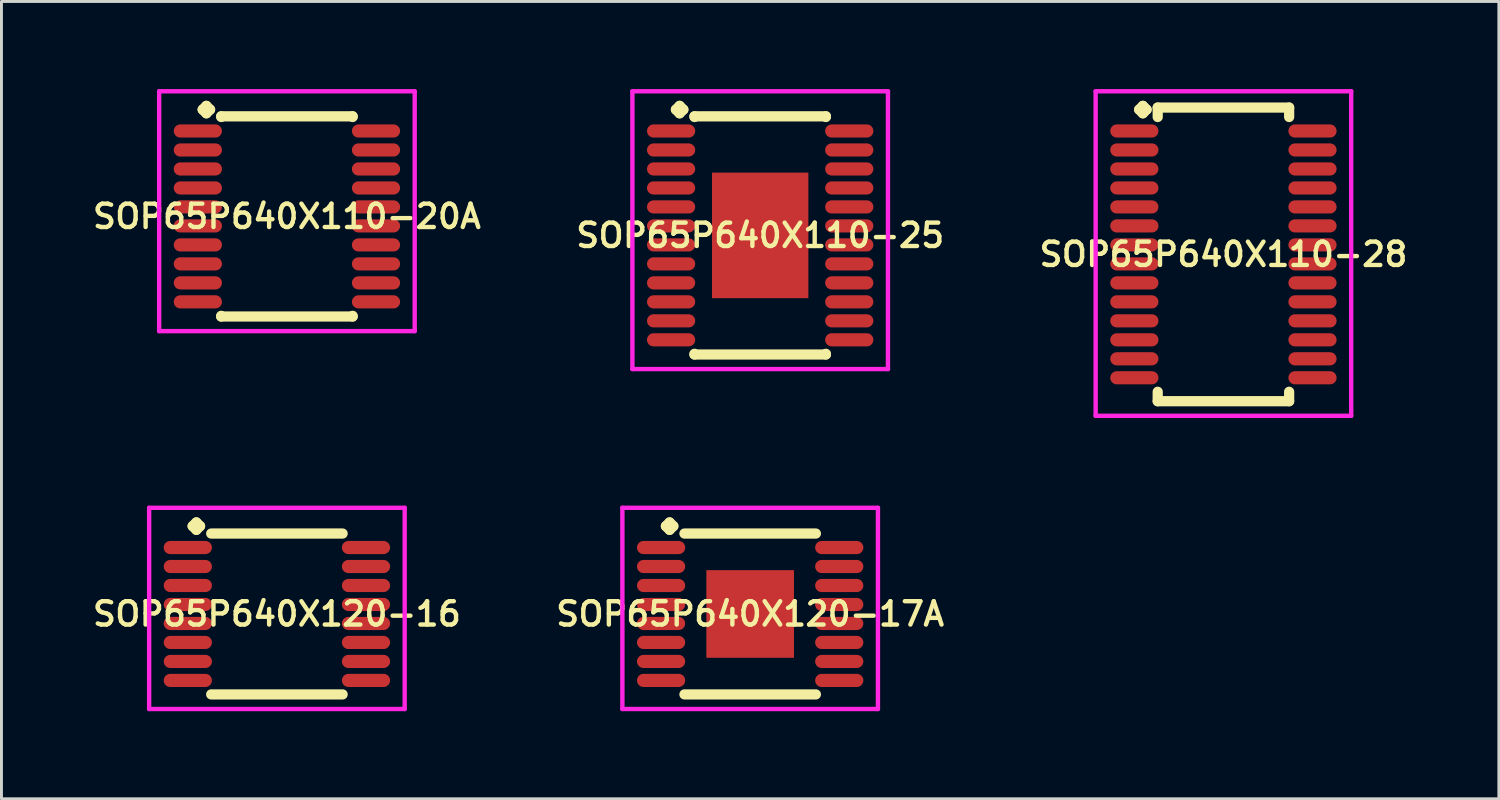
<source format=kicad_pcb>
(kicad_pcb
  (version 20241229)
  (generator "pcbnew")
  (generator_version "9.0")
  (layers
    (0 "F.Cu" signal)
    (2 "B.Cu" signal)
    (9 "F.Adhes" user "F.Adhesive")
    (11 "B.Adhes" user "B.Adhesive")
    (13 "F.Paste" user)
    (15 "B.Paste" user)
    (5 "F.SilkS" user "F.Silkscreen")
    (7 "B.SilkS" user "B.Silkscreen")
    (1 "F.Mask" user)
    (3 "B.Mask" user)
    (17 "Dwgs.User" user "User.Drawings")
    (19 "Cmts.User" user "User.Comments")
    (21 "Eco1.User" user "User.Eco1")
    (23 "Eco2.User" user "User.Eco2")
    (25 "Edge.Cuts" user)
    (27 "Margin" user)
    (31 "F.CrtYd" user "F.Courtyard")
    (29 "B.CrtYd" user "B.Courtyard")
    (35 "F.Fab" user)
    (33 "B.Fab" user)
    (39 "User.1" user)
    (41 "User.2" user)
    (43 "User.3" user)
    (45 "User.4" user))
  (footprint "SOP65P640X110-20A"
    (layer "F.Cu")
    (at 6.774 4.36)
    (property "Reference" "SOP65P640X110-20A" (at 0 0 0) (layer "F.SilkS") (effects (font (size 0.8 0.8) (thickness 0.15))))
    (attr smd)
    (fp_line (start -2.885 -3.658) (end -2.758 -3.785) (stroke (width 0.35) (type solid)) (layer "F.SilkS"))
    (fp_line (start -2.758 -3.785) (end -2.631 -3.658) (stroke (width 0.35) (type solid)) (layer "F.SilkS"))
    (fp_line (start -2.758 -3.531) (end -2.885 -3.658) (stroke (width 0.35) (type solid)) (layer "F.SilkS"))
    (fp_line (start -2.631 -3.658) (end -2.758 -3.531) (stroke (width 0.35) (type solid)) (layer "F.SilkS"))
    (fp_line (start -2.25 -3.427) (end 2.25 -3.427) (stroke (width 0.35) (type solid)) (layer "F.SilkS"))
    (fp_line (start -2.25 -3.404) (end -2.25 -3.427) (stroke (width 0.35) (type solid)) (layer "F.SilkS"))
    (fp_line (start -2.25 3.404) (end -2.25 3.427) (stroke (width 0.35) (type solid)) (layer "F.SilkS"))
    (fp_line (start -2.25 3.427) (end 2.25 3.427) (stroke (width 0.35) (type solid)) (layer "F.SilkS"))
    (fp_line (start 2.25 -3.427) (end 2.25 -3.404) (stroke (width 0.35) (type solid)) (layer "F.SilkS"))
    (fp_line (start 2.25 3.427) (end 2.25 3.404) (stroke (width 0.35) (type solid)) (layer "F.SilkS"))
    (fp_line (start -4.375 -4.285) (end 4.375 -4.285) (stroke (width 0.15) (type solid)) (layer "F.CrtYd"))
    (fp_line (start -4.375 3.927) (end -4.375 -4.285) (stroke (width 0.15) (type solid)) (layer "F.CrtYd"))
    (fp_line (start 4.375 -4.285) (end 4.375 3.927) (stroke (width 0.15) (type solid)) (layer "F.CrtYd"))
    (fp_line (start 4.375 3.927) (end -4.375 3.927) (stroke (width 0.15) (type solid)) (layer "F.CrtYd"))
    (pad "1" smd oval (at -3.05 -2.925) (size 1.65 0.45) (layers "F.Cu" "F.Mask" "F.Paste"))
    (pad "2" smd oval (at -3.05 -2.275) (size 1.65 0.45) (layers "F.Cu" "F.Mask" "F.Paste"))
    (pad "3" smd oval (at -3.05 -1.625) (size 1.65 0.45) (layers "F.Cu" "F.Mask" "F.Paste"))
    (pad "4" smd oval (at -3.05 -0.975) (size 1.65 0.45) (layers "F.Cu" "F.Mask" "F.Paste"))
    (pad "5" smd oval (at -3.05 -0.325) (size 1.65 0.45) (layers "F.Cu" "F.Mask" "F.Paste"))
    (pad "6" smd oval (at -3.05 0.325) (size 1.65 0.45) (layers "F.Cu" "F.Mask" "F.Paste"))
    (pad "7" smd oval (at -3.05 0.975) (size 1.65 0.45) (layers "F.Cu" "F.Mask" "F.Paste"))
    (pad "8" smd oval (at -3.05 1.625) (size 1.65 0.45) (layers "F.Cu" "F.Mask" "F.Paste"))
    (pad "9" smd oval (at -3.05 2.275) (size 1.65 0.45) (layers "F.Cu" "F.Mask" "F.Paste"))
    (pad "10" smd oval (at -3.05 2.925) (size 1.65 0.45) (layers "F.Cu" "F.Mask" "F.Paste"))
    (pad "11" smd oval (at 3.05 2.925) (size 1.65 0.45) (layers "F.Cu" "F.Mask" "F.Paste"))
    (pad "12" smd oval (at 3.05 2.275) (size 1.65 0.45) (layers "F.Cu" "F.Mask" "F.Paste"))
    (pad "13" smd oval (at 3.05 1.625) (size 1.65 0.45) (layers "F.Cu" "F.Mask" "F.Paste"))
    (pad "14" smd oval (at 3.05 0.975) (size 1.65 0.45) (layers "F.Cu" "F.Mask" "F.Paste"))
    (pad "15" smd oval (at 3.05 0.325) (size 1.65 0.45) (layers "F.Cu" "F.Mask" "F.Paste"))
    (pad "16" smd oval (at 3.05 -0.325) (size 1.65 0.45) (layers "F.Cu" "F.Mask" "F.Paste"))
    (pad "17" smd oval (at 3.05 -0.975) (size 1.65 0.45) (layers "F.Cu" "F.Mask" "F.Paste"))
    (pad "18" smd oval (at 3.05 -1.625) (size 1.65 0.45) (layers "F.Cu" "F.Mask" "F.Paste"))
    (pad "19" smd oval (at 3.05 -2.275) (size 1.65 0.45) (layers "F.Cu" "F.Mask" "F.Paste"))
    (pad "20" smd oval (at 3.05 -2.925) (size 1.65 0.45) (layers "F.Cu" "F.Mask" "F.Paste")))
  (footprint "SOP65P640X110-25"
    (layer "F.Cu")
    (at 22.978 5.01)
    (property "Reference" "SOP65P640X110-25" (at 0 0 0) (layer "F.SilkS") (effects (font (size 0.8 0.8) (thickness 0.15))))
    (attr smd)
    (fp_line (start -2.885 -4.308) (end -2.758 -4.435) (stroke (width 0.35) (type solid)) (layer "F.SilkS"))
    (fp_line (start -2.758 -4.435) (end -2.631 -4.308) (stroke (width 0.35) (type solid)) (layer "F.SilkS"))
    (fp_line (start -2.758 -4.181) (end -2.885 -4.308) (stroke (width 0.35) (type solid)) (layer "F.SilkS"))
    (fp_line (start -2.631 -4.308) (end -2.758 -4.181) (stroke (width 0.35) (type solid)) (layer "F.SilkS"))
    (fp_line (start -2.25 -4.077) (end 2.25 -4.077) (stroke (width 0.35) (type solid)) (layer "F.SilkS"))
    (fp_line (start -2.25 -4.054) (end -2.25 -4.077) (stroke (width 0.35) (type solid)) (layer "F.SilkS"))
    (fp_line (start -2.25 4.054) (end -2.25 4.077) (stroke (width 0.35) (type solid)) (layer "F.SilkS"))
    (fp_line (start -2.25 4.077) (end 2.25 4.077) (stroke (width 0.35) (type solid)) (layer "F.SilkS"))
    (fp_line (start 2.25 -4.077) (end 2.25 -4.054) (stroke (width 0.35) (type solid)) (layer "F.SilkS"))
    (fp_line (start 2.25 4.077) (end 2.25 4.054) (stroke (width 0.35) (type solid)) (layer "F.SilkS"))
    (fp_line (start -4.375 -4.935) (end 4.375 -4.935) (stroke (width 0.15) (type solid)) (layer "F.CrtYd"))
    (fp_line (start -4.375 4.577) (end -4.375 -4.935) (stroke (width 0.15) (type solid)) (layer "F.CrtYd"))
    (fp_line (start 4.375 -4.935) (end 4.375 4.577) (stroke (width 0.15) (type solid)) (layer "F.CrtYd"))
    (fp_line (start 4.375 4.577) (end -4.375 4.577) (stroke (width 0.15) (type solid)) (layer "F.CrtYd"))
    (pad "1" smd oval (at -3.05 -3.575) (size 1.65 0.45) (layers "F.Cu" "F.Mask" "F.Paste"))
    (pad "2" smd oval (at -3.05 -2.925) (size 1.65 0.45) (layers "F.Cu" "F.Mask" "F.Paste"))
    (pad "3" smd oval (at -3.05 -2.275) (size 1.65 0.45) (layers "F.Cu" "F.Mask" "F.Paste"))
    (pad "4" smd oval (at -3.05 -1.625) (size 1.65 0.45) (layers "F.Cu" "F.Mask" "F.Paste"))
    (pad "5" smd oval (at -3.05 -0.975) (size 1.65 0.45) (layers "F.Cu" "F.Mask" "F.Paste"))
    (pad "6" smd oval (at -3.05 -0.325) (size 1.65 0.45) (layers "F.Cu" "F.Mask" "F.Paste"))
    (pad "7" smd oval (at -3.05 0.325) (size 1.65 0.45) (layers "F.Cu" "F.Mask" "F.Paste"))
    (pad "8" smd oval (at -3.05 0.975) (size 1.65 0.45) (layers "F.Cu" "F.Mask" "F.Paste"))
    (pad "9" smd oval (at -3.05 1.625) (size 1.65 0.45) (layers "F.Cu" "F.Mask" "F.Paste"))
    (pad "10" smd oval (at -3.05 2.275) (size 1.65 0.45) (layers "F.Cu" "F.Mask" "F.Paste"))
    (pad "11" smd oval (at -3.05 2.925) (size 1.65 0.45) (layers "F.Cu" "F.Mask" "F.Paste"))
    (pad "12" smd oval (at -3.05 3.575) (size 1.65 0.45) (layers "F.Cu" "F.Mask" "F.Paste"))
    (pad "13" smd oval (at 3.05 3.575) (size 1.65 0.45) (layers "F.Cu" "F.Mask" "F.Paste"))
    (pad "14" smd oval (at 3.05 2.925) (size 1.65 0.45) (layers "F.Cu" "F.Mask" "F.Paste"))
    (pad "15" smd oval (at 3.05 2.275) (size 1.65 0.45) (layers "F.Cu" "F.Mask" "F.Paste"))
    (pad "16" smd oval (at 3.05 1.625) (size 1.65 0.45) (layers "F.Cu" "F.Mask" "F.Paste"))
    (pad "17" smd oval (at 3.05 0.975) (size 1.65 0.45) (layers "F.Cu" "F.Mask" "F.Paste"))
    (pad "18" smd oval (at 3.05 0.325) (size 1.65 0.45) (layers "F.Cu" "F.Mask" "F.Paste"))
    (pad "19" smd oval (at 3.05 -0.325) (size 1.65 0.45) (layers "F.Cu" "F.Mask" "F.Paste"))
    (pad "20" smd oval (at 3.05 -0.975) (size 1.65 0.45) (layers "F.Cu" "F.Mask" "F.Paste"))
    (pad "21" smd oval (at 3.05 -1.625) (size 1.65 0.45) (layers "F.Cu" "F.Mask" "F.Paste"))
    (pad "22" smd oval (at 3.05 -2.275) (size 1.65 0.45) (layers "F.Cu" "F.Mask" "F.Paste"))
    (pad "23" smd oval (at 3.05 -2.925) (size 1.65 0.45) (layers "F.Cu" "F.Mask" "F.Paste"))
    (pad "24" smd oval (at 3.05 -3.575) (size 1.65 0.45) (layers "F.Cu" "F.Mask" "F.Paste"))
    (pad "25" smd rect (at 0 0) (size 3.3 4.3) (layers "F.Cu" "F.Mask" "F.Paste")))
  (footprint "SOP65P640X120-17A"
    (layer "F.Cu")
    (at 22.635 17.972)
    (property "Reference" "SOP65P640X120-17A" (at 0 0 0) (layer "F.SilkS") (effects (font (size 0.8 0.8) (thickness 0.15))))
    (attr smd)
    (fp_line (start -2.885 -3.008) (end -2.758 -3.135) (stroke (width 0.35) (type solid)) (layer "F.SilkS"))
    (fp_line (start -2.758 -3.135) (end -2.631 -3.008) (stroke (width 0.35) (type solid)) (layer "F.SilkS"))
    (fp_line (start -2.758 -2.881) (end -2.885 -3.008) (stroke (width 0.35) (type solid)) (layer "F.SilkS"))
    (fp_line (start -2.631 -3.008) (end -2.758 -2.881) (stroke (width 0.35) (type solid)) (layer "F.SilkS"))
    (fp_line (start -2.25 -2.754) (end 2.25 -2.754) (stroke (width 0.35) (type solid)) (layer "F.SilkS"))
    (fp_line (start -2.25 2.754) (end 2.25 2.754) (stroke (width 0.35) (type solid)) (layer "F.SilkS"))
    (fp_line (start -4.375 -3.635) (end 4.375 -3.635) (stroke (width 0.15) (type solid)) (layer "F.CrtYd"))
    (fp_line (start -4.375 3.254) (end -4.375 -3.635) (stroke (width 0.15) (type solid)) (layer "F.CrtYd"))
    (fp_line (start 4.375 -3.635) (end 4.375 3.254) (stroke (width 0.15) (type solid)) (layer "F.CrtYd"))
    (fp_line (start 4.375 3.254) (end -4.375 3.254) (stroke (width 0.15) (type solid)) (layer "F.CrtYd"))
    (pad "1" smd oval (at -3.05 -2.275) (size 1.65 0.45) (layers "F.Cu" "F.Mask" "F.Paste"))
    (pad "2" smd oval (at -3.05 -1.625) (size 1.65 0.45) (layers "F.Cu" "F.Mask" "F.Paste"))
    (pad "3" smd oval (at -3.05 -0.975) (size 1.65 0.45) (layers "F.Cu" "F.Mask" "F.Paste"))
    (pad "4" smd oval (at -3.05 -0.325) (size 1.65 0.45) (layers "F.Cu" "F.Mask" "F.Paste"))
    (pad "5" smd oval (at -3.05 0.325) (size 1.65 0.45) (layers "F.Cu" "F.Mask" "F.Paste"))
    (pad "6" smd oval (at -3.05 0.975) (size 1.65 0.45) (layers "F.Cu" "F.Mask" "F.Paste"))
    (pad "7" smd oval (at -3.05 1.625) (size 1.65 0.45) (layers "F.Cu" "F.Mask" "F.Paste"))
    (pad "8" smd oval (at -3.05 2.275) (size 1.65 0.45) (layers "F.Cu" "F.Mask" "F.Paste"))
    (pad "9" smd oval (at 3.05 2.275) (size 1.65 0.45) (layers "F.Cu" "F.Mask" "F.Paste"))
    (pad "10" smd oval (at 3.05 1.625) (size 1.65 0.45) (layers "F.Cu" "F.Mask" "F.Paste"))
    (pad "11" smd oval (at 3.05 0.975) (size 1.65 0.45) (layers "F.Cu" "F.Mask" "F.Paste"))
    (pad "12" smd oval (at 3.05 0.325) (size 1.65 0.45) (layers "F.Cu" "F.Mask" "F.Paste"))
    (pad "13" smd oval (at 3.05 -0.325) (size 1.65 0.45) (layers "F.Cu" "F.Mask" "F.Paste"))
    (pad "14" smd oval (at 3.05 -0.975) (size 1.65 0.45) (layers "F.Cu" "F.Mask" "F.Paste"))
    (pad "15" smd oval (at 3.05 -1.625) (size 1.65 0.45) (layers "F.Cu" "F.Mask" "F.Paste"))
    (pad "16" smd oval (at 3.05 -2.275) (size 1.65 0.45) (layers "F.Cu" "F.Mask" "F.Paste"))
    (pad "17" smd rect (at 0 0) (size 3 3) (layers "F.Cu" "F.Mask" "F.Paste")))
  (footprint "SOP65P640X120-16"
    (layer "F.Cu")
    (at 6.431 17.972)
    (property "Reference" "SOP65P640X120-16" (at 0 0 0) (layer "F.SilkS") (effects (font (size 0.8 0.8) (thickness 0.15))))
    (attr smd)
    (fp_line (start -2.885 -3.008) (end -2.758 -3.135) (stroke (width 0.35) (type solid)) (layer "F.SilkS"))
    (fp_line (start -2.758 -3.135) (end -2.631 -3.008) (stroke (width 0.35) (type solid)) (layer "F.SilkS"))
    (fp_line (start -2.758 -2.881) (end -2.885 -3.008) (stroke (width 0.35) (type solid)) (layer "F.SilkS"))
    (fp_line (start -2.631 -3.008) (end -2.758 -2.881) (stroke (width 0.35) (type solid)) (layer "F.SilkS"))
    (fp_line (start -2.25 -2.754) (end 2.25 -2.754) (stroke (width 0.35) (type solid)) (layer "F.SilkS"))
    (fp_line (start -2.25 2.754) (end 2.25 2.754) (stroke (width 0.35) (type solid)) (layer "F.SilkS"))
    (fp_line (start -4.375 -3.635) (end 4.375 -3.635) (stroke (width 0.15) (type solid)) (layer "F.CrtYd"))
    (fp_line (start -4.375 3.254) (end -4.375 -3.635) (stroke (width 0.15) (type solid)) (layer "F.CrtYd"))
    (fp_line (start 4.375 -3.635) (end 4.375 3.254) (stroke (width 0.15) (type solid)) (layer "F.CrtYd"))
    (fp_line (start 4.375 3.254) (end -4.375 3.254) (stroke (width 0.15) (type solid)) (layer "F.CrtYd"))
    (pad "1" smd oval (at -3.05 -2.275) (size 1.65 0.45) (layers "F.Cu" "F.Mask" "F.Paste"))
    (pad "2" smd oval (at -3.05 -1.625) (size 1.65 0.45) (layers "F.Cu" "F.Mask" "F.Paste"))
    (pad "3" smd oval (at -3.05 -0.975) (size 1.65 0.45) (layers "F.Cu" "F.Mask" "F.Paste"))
    (pad "4" smd oval (at -3.05 -0.325) (size 1.65 0.45) (layers "F.Cu" "F.Mask" "F.Paste"))
    (pad "5" smd oval (at -3.05 0.325) (size 1.65 0.45) (layers "F.Cu" "F.Mask" "F.Paste"))
    (pad "6" smd oval (at -3.05 0.975) (size 1.65 0.45) (layers "F.Cu" "F.Mask" "F.Paste"))
    (pad "7" smd oval (at -3.05 1.625) (size 1.65 0.45) (layers "F.Cu" "F.Mask" "F.Paste"))
    (pad "8" smd oval (at -3.05 2.275) (size 1.65 0.45) (layers "F.Cu" "F.Mask" "F.Paste"))
    (pad "9" smd oval (at 3.05 2.275) (size 1.65 0.45) (layers "F.Cu" "F.Mask" "F.Paste"))
    (pad "10" smd oval (at 3.05 1.625) (size 1.65 0.45) (layers "F.Cu" "F.Mask" "F.Paste"))
    (pad "11" smd oval (at 3.05 0.975) (size 1.65 0.45) (layers "F.Cu" "F.Mask" "F.Paste"))
    (pad "12" smd oval (at 3.05 0.325) (size 1.65 0.45) (layers "F.Cu" "F.Mask" "F.Paste"))
    (pad "13" smd oval (at 3.05 -0.325) (size 1.65 0.45) (layers "F.Cu" "F.Mask" "F.Paste"))
    (pad "14" smd oval (at 3.05 -0.975) (size 1.65 0.45) (layers "F.Cu" "F.Mask" "F.Paste"))
    (pad "15" smd oval (at 3.05 -1.625) (size 1.65 0.45) (layers "F.Cu" "F.Mask" "F.Paste"))
    (pad "16" smd oval (at 3.05 -2.275) (size 1.65 0.45) (layers "F.Cu" "F.Mask" "F.Paste")))
  (footprint "SOP65P640X110-28"
    (layer "F.Cu")
    (at 38.839 5.66)
    (property "Reference" "SOP65P640X110-28" (at 0 0 0) (layer "F.SilkS") (effects (font (size 0.8 0.8) (thickness 0.15))))
    (attr smd)
    (fp_line (start -2.885 -4.958) (end -2.758 -5.085) (stroke (width 0.35) (type solid)) (layer "F.SilkS"))
    (fp_line (start -2.758 -5.085) (end -2.631 -4.958) (stroke (width 0.35) (type solid)) (layer "F.SilkS"))
    (fp_line (start -2.758 -4.831) (end -2.885 -4.958) (stroke (width 0.35) (type solid)) (layer "F.SilkS"))
    (fp_line (start -2.631 -4.958) (end -2.758 -4.831) (stroke (width 0.35) (type solid)) (layer "F.SilkS"))
    (fp_line (start -2.25 -5.027) (end 2.25 -5.027) (stroke (width 0.35) (type solid)) (layer "F.SilkS"))
    (fp_line (start -2.25 -4.704) (end -2.25 -5.027) (stroke (width 0.35) (type solid)) (layer "F.SilkS"))
    (fp_line (start -2.25 4.704) (end -2.25 5.027) (stroke (width 0.35) (type solid)) (layer "F.SilkS"))
    (fp_line (start -2.25 5.027) (end 2.25 5.027) (stroke (width 0.35) (type solid)) (layer "F.SilkS"))
    (fp_line (start 2.25 -5.027) (end 2.25 -4.704) (stroke (width 0.35) (type solid)) (layer "F.SilkS"))
    (fp_line (start 2.25 5.027) (end 2.25 4.704) (stroke (width 0.35) (type solid)) (layer "F.SilkS"))
    (fp_line (start -4.375 -5.585) (end 4.375 -5.585) (stroke (width 0.15) (type solid)) (layer "F.CrtYd"))
    (fp_line (start -4.375 5.527) (end -4.375 -5.585) (stroke (width 0.15) (type solid)) (layer "F.CrtYd"))
    (fp_line (start 4.375 -5.585) (end 4.375 5.527) (stroke (width 0.15) (type solid)) (layer "F.CrtYd"))
    (fp_line (start 4.375 5.527) (end -4.375 5.527) (stroke (width 0.15) (type solid)) (layer "F.CrtYd"))
    (pad "1" smd oval (at -3.05 -4.225) (size 1.65 0.45) (layers "F.Cu" "F.Mask" "F.Paste"))
    (pad "2" smd oval (at -3.05 -3.575) (size 1.65 0.45) (layers "F.Cu" "F.Mask" "F.Paste"))
    (pad "3" smd oval (at -3.05 -2.925) (size 1.65 0.45) (layers "F.Cu" "F.Mask" "F.Paste"))
    (pad "4" smd oval (at -3.05 -2.275) (size 1.65 0.45) (layers "F.Cu" "F.Mask" "F.Paste"))
    (pad "5" smd oval (at -3.05 -1.625) (size 1.65 0.45) (layers "F.Cu" "F.Mask" "F.Paste"))
    (pad "6" smd oval (at -3.05 -0.975) (size 1.65 0.45) (layers "F.Cu" "F.Mask" "F.Paste"))
    (pad "7" smd oval (at -3.05 -0.325) (size 1.65 0.45) (layers "F.Cu" "F.Mask" "F.Paste"))
    (pad "8" smd oval (at -3.05 0.325) (size 1.65 0.45) (layers "F.Cu" "F.Mask" "F.Paste"))
    (pad "9" smd oval (at -3.05 0.975) (size 1.65 0.45) (layers "F.Cu" "F.Mask" "F.Paste"))
    (pad "10" smd oval (at -3.05 1.625) (size 1.65 0.45) (layers "F.Cu" "F.Mask" "F.Paste"))
    (pad "11" smd oval (at -3.05 2.275) (size 1.65 0.45) (layers "F.Cu" "F.Mask" "F.Paste"))
    (pad "12" smd oval (at -3.05 2.925) (size 1.65 0.45) (layers "F.Cu" "F.Mask" "F.Paste"))
    (pad "13" smd oval (at -3.05 3.575) (size 1.65 0.45) (layers "F.Cu" "F.Mask" "F.Paste"))
    (pad "14" smd oval (at -3.05 4.225) (size 1.65 0.45) (layers "F.Cu" "F.Mask" "F.Paste"))
    (pad "15" smd oval (at 3.05 4.225) (size 1.65 0.45) (layers "F.Cu" "F.Mask" "F.Paste"))
    (pad "16" smd oval (at 3.05 3.575) (size 1.65 0.45) (layers "F.Cu" "F.Mask" "F.Paste"))
    (pad "17" smd oval (at 3.05 2.925) (size 1.65 0.45) (layers "F.Cu" "F.Mask" "F.Paste"))
    (pad "18" smd oval (at 3.05 2.275) (size 1.65 0.45) (layers "F.Cu" "F.Mask" "F.Paste"))
    (pad "19" smd oval (at 3.05 1.625) (size 1.65 0.45) (layers "F.Cu" "F.Mask" "F.Paste"))
    (pad "20" smd oval (at 3.05 0.975) (size 1.65 0.45) (layers "F.Cu" "F.Mask" "F.Paste"))
    (pad "21" smd oval (at 3.05 0.325) (size 1.65 0.45) (layers "F.Cu" "F.Mask" "F.Paste"))
    (pad "22" smd oval (at 3.05 -0.325) (size 1.65 0.45) (layers "F.Cu" "F.Mask" "F.Paste"))
    (pad "23" smd oval (at 3.05 -0.975) (size 1.65 0.45) (layers "F.Cu" "F.Mask" "F.Paste"))
    (pad "24" smd oval (at 3.05 -1.625) (size 1.65 0.45) (layers "F.Cu" "F.Mask" "F.Paste"))
    (pad "25" smd oval (at 3.05 -2.275) (size 1.65 0.45) (layers "F.Cu" "F.Mask" "F.Paste"))
    (pad "26" smd oval (at 3.05 -2.925) (size 1.65 0.45) (layers "F.Cu" "F.Mask" "F.Paste"))
    (pad "27" smd oval (at 3.05 -3.575) (size 1.65 0.45) (layers "F.Cu" "F.Mask" "F.Paste"))
    (pad "28" smd oval (at 3.05 -4.225) (size 1.65 0.45) (layers "F.Cu" "F.Mask" "F.Paste")))
  (gr_rect
    (start -3 -3)
    (end 48.27 24.301)
    (stroke (width 0.1) (type default))
    (fill no)
    (layer "Edge.Cuts")))
</source>
